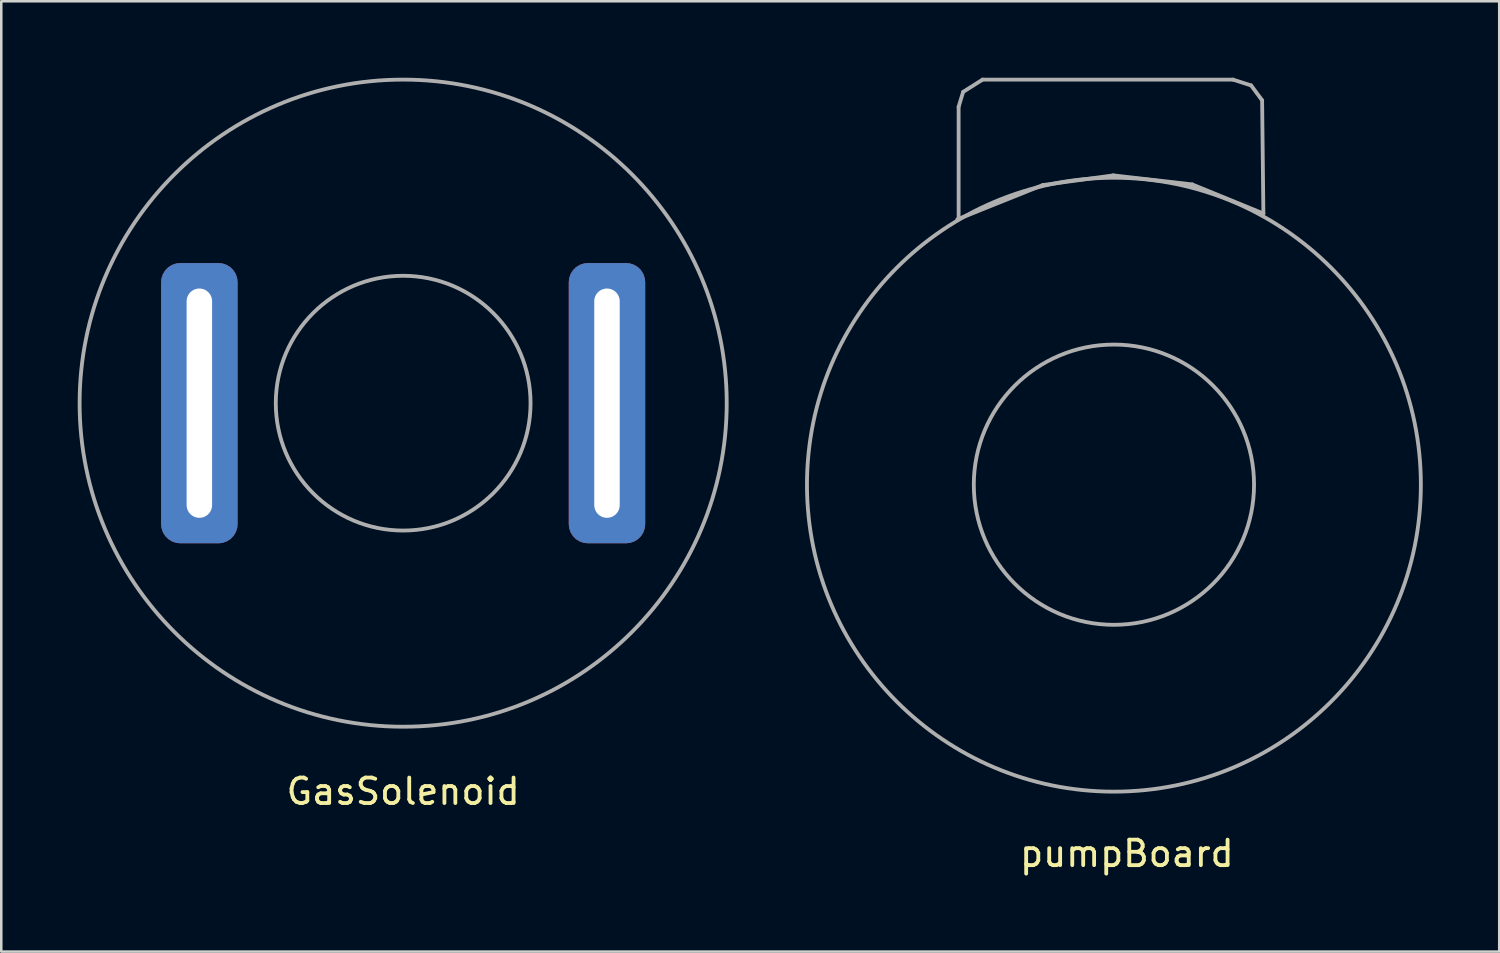
<source format=kicad_pcb>
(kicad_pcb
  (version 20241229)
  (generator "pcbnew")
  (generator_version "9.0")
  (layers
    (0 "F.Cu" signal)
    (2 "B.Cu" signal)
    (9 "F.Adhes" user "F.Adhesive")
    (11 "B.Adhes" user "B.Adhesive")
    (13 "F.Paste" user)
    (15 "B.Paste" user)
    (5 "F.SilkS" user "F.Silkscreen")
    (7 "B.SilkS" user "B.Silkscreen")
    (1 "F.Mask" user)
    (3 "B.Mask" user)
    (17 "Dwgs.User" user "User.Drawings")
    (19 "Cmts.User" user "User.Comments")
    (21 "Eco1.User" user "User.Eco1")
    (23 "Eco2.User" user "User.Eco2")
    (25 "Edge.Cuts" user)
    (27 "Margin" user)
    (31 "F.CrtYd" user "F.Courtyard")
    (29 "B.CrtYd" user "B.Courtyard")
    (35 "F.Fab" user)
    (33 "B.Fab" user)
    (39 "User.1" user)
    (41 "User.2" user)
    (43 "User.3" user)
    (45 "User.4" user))
  (footprint "pumpBoard"
    (layer "F.Cu")
    (at 40.673 15.975)
    (property "Reference" "pumpBoard" (at 0.508 14.478 0) (layer "F.SilkS") (effects (font (size 1 1) (thickness 0.15))))
    (attr through_hole)
    (fp_line (start -6.096 -14.834) (end -5.918 -15.418) (stroke (width 0.15) (type solid)) (layer "F.Fab"))
    (fp_line (start -6.096 -10.465) (end -6.096 -14.834) (stroke (width 0.15) (type solid)) (layer "F.Fab"))
    (fp_line (start -5.918 -15.418) (end -5.156 -15.9) (stroke (width 0.15) (type solid)) (layer "F.Fab"))
    (fp_line (start -5.156 -15.9) (end 4.674 -15.9) (stroke (width 0.15) (type solid)) (layer "F.Fab"))
    (fp_line (start -2.794 -11.76) (end -6.147 -10.414) (stroke (width 0.15) (type solid)) (layer "F.Fab"))
    (fp_line (start -0.025 -12.141) (end -2.794 -11.76) (stroke (width 0.15) (type solid)) (layer "F.Fab"))
    (fp_line (start 3.073 -11.786) (end -0.025 -12.141) (stroke (width 0.15) (type solid)) (layer "F.Fab"))
    (fp_line (start 4.674 -15.9) (end 5.385 -15.672) (stroke (width 0.15) (type solid)) (layer "F.Fab"))
    (fp_line (start 5.385 -15.672) (end 5.817 -15.088) (stroke (width 0.15) (type solid)) (layer "F.Fab"))
    (fp_line (start 5.817 -15.088) (end 5.867 -10.643) (stroke (width 0.15) (type solid)) (layer "F.Fab"))
    (fp_line (start 5.867 -10.643) (end 3.073 -11.786) (stroke (width 0.15) (type solid)) (layer "F.Fab"))
    (fp_circle (center 0 0) (end 5.5 0) (stroke (width 0.15) (type solid)) (fill no) (layer "F.Fab"))
    (fp_circle (center 0 0) (end 11.43 3.81) (stroke (width 0.15) (type solid)) (fill no) (layer "F.Fab")))
  (footprint "GasSolenoid"
    (layer "F.Cu")
    (at 12.775 12.775)
    (property "Reference" "GasSolenoid" (at 0 15.24 0) (layer "F.SilkS") (effects (font (size 1 1) (thickness 0.15))))
    (attr through_hole)
    (fp_circle (center 0 0) (end 5 0) (stroke (width 0.15) (type solid)) (fill no) (layer "F.Fab"))
    (fp_circle (center 0 0) (end 12.7 0) (stroke (width 0.15) (type solid)) (fill no) (layer "F.Fab"))
    (pad "1" thru_hole roundrect (at 8 0) (size 3 11) (drill oval 1 9) (layers "*.Mask" "F.Cu") (roundrect_rratio 0.25))
    (pad "2" thru_hole roundrect (at -8 0) (size 3 11) (drill oval 1 9) (layers "*.Mask" "F.Cu") (roundrect_rratio 0.25)))
  (gr_rect
    (start -3 -3)
    (end 55.797 34.302)
    (stroke (width 0.1) (type default))
    (fill no)
    (layer "Edge.Cuts")))
</source>
